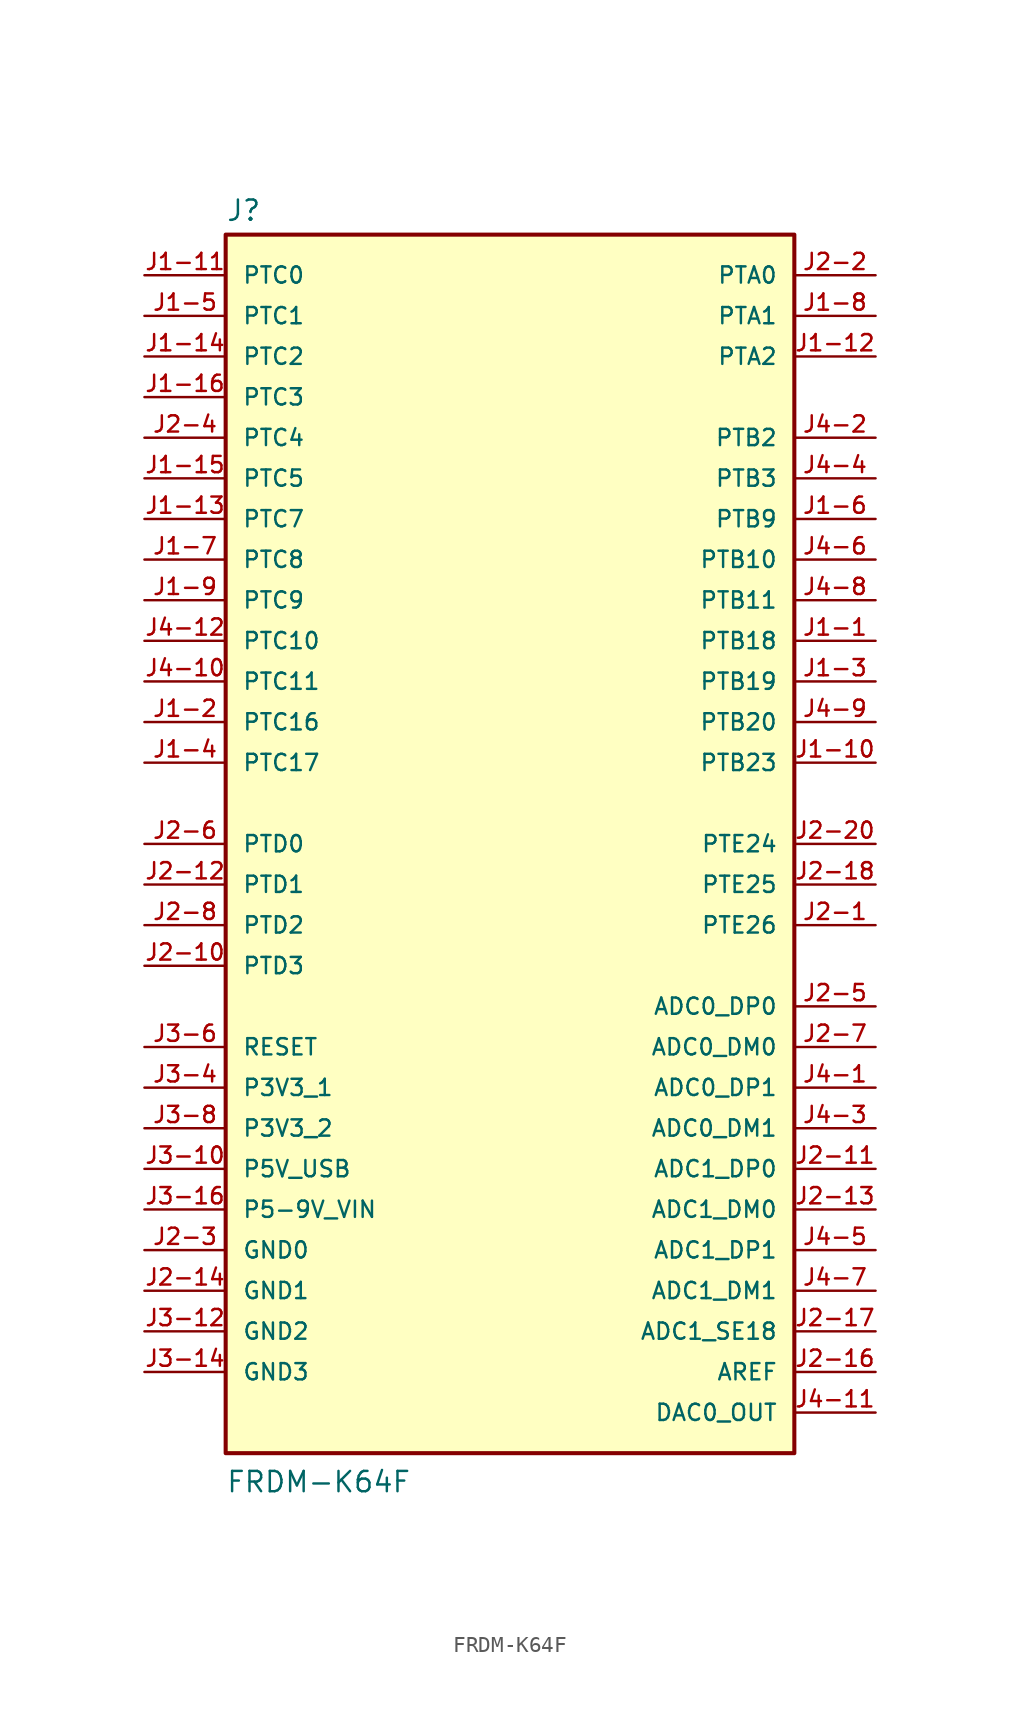
<source format=kicad_sym>
(kicad_symbol_lib
  (version 20241209)
  (generator "kicad_symbol_editor")
  (generator_version "9.0")
  (symbol "FRDM-K64F"
    (pin_names
      (offset 1.016))
    (property "Reference" "J"
      (at -25.4 26.162 0)
      (effects (font (size 1.27 1.27)) (justify left bottom)))
    (property "Value" "FRDM-K64F"
      (at -25.4 -53.34 0)
      (effects (font (size 1.27 1.27)) (justify left bottom)))
    (symbol "FRDM-K64F_0_0"
      (rectangle (start -25.4 -50.8) (end 10.16 25.4) (stroke (width 0.254) (type default)) (fill (type background)))
      (pin bidirectional line (at -30.48 22.86 0) (length 5.08) (name "PTC0" (effects (font (size 1.016 1.016)))) (number "J1-11" (effects (font (size 1.016 1.016)))))
      (pin bidirectional line (at -30.48 20.32 0) (length 5.08) (name "PTC1" (effects (font (size 1.016 1.016)))) (number "J1-5" (effects (font (size 1.016 1.016)))))
      (pin bidirectional line (at -30.48 17.78 0) (length 5.08) (name "PTC2" (effects (font (size 1.016 1.016)))) (number "J1-14" (effects (font (size 1.016 1.016)))))
      (pin bidirectional line (at -30.48 15.24 0) (length 5.08) (name "PTC3" (effects (font (size 1.016 1.016)))) (number "J1-16" (effects (font (size 1.016 1.016)))))
      (pin bidirectional line (at -30.48 12.7 0) (length 5.08) (name "PTC4" (effects (font (size 1.016 1.016)))) (number "J2-4" (effects (font (size 1.016 1.016)))))
      (pin bidirectional line (at -30.48 10.16 0) (length 5.08) (name "PTC5" (effects (font (size 1.016 1.016)))) (number "J1-15" (effects (font (size 1.016 1.016)))))
      (pin bidirectional line (at -30.48 7.62 0) (length 5.08) (name "PTC7" (effects (font (size 1.016 1.016)))) (number "J1-13" (effects (font (size 1.016 1.016)))))
      (pin bidirectional line (at -30.48 5.08 0) (length 5.08) (name "PTC8" (effects (font (size 1.016 1.016)))) (number "J1-7" (effects (font (size 1.016 1.016)))))
      (pin bidirectional line (at -30.48 2.54 0) (length 5.08) (name "PTC9" (effects (font (size 1.016 1.016)))) (number "J1-9" (effects (font (size 1.016 1.016)))))
      (pin bidirectional line (at -30.48 0 0) (length 5.08) (name "PTC10" (effects (font (size 1.016 1.016)))) (number "J4-12" (effects (font (size 1.016 1.016)))))
      (pin bidirectional line (at -30.48 -2.54 0) (length 5.08) (name "PTC11" (effects (font (size 1.016 1.016)))) (number "J4-10" (effects (font (size 1.016 1.016)))))
      (pin bidirectional line (at -30.48 -5.08 0) (length 5.08) (name "PTC16" (effects (font (size 1.016 1.016)))) (number "J1-2" (effects (font (size 1.016 1.016)))))
      (pin bidirectional line (at -30.48 -7.62 0) (length 5.08) (name "PTC17" (effects (font (size 1.016 1.016)))) (number "J1-4" (effects (font (size 1.016 1.016)))))
      (pin bidirectional line (at -30.48 -12.7 0) (length 5.08) (name "PTD0" (effects (font (size 1.016 1.016)))) (number "J2-6" (effects (font (size 1.016 1.016)))))
      (pin bidirectional line (at -30.48 -15.24 0) (length 5.08) (name "PTD1" (effects (font (size 1.016 1.016)))) (number "J2-12" (effects (font (size 1.016 1.016)))))
      (pin bidirectional line (at -30.48 -17.78 0) (length 5.08) (name "PTD2" (effects (font (size 1.016 1.016)))) (number "J2-8" (effects (font (size 1.016 1.016)))))
      (pin bidirectional line (at -30.48 -20.32 0) (length 5.08) (name "PTD3" (effects (font (size 1.016 1.016)))) (number "J2-10" (effects (font (size 1.016 1.016)))))
      (pin bidirectional line (at -30.48 -25.4 0) (length 5.08) (name "RESET" (effects (font (size 1.016 1.016)))) (number "J3-6" (effects (font (size 1.016 1.016)))))
      (pin bidirectional line (at -30.48 -27.94 0) (length 5.08) (name "P3V3_1" (effects (font (size 1.016 1.016)))) (number "J3-4" (effects (font (size 1.016 1.016)))))
      (pin bidirectional line (at -30.48 -30.48 0) (length 5.08) (name "P3V3_2" (effects (font (size 1.016 1.016)))) (number "J3-8" (effects (font (size 1.016 1.016)))))
      (pin bidirectional line (at -30.48 -33.02 0) (length 5.08) (name "P5V_USB" (effects (font (size 1.016 1.016)))) (number "J3-10" (effects (font (size 1.016 1.016)))))
      (pin bidirectional line (at -30.48 -35.56 0) (length 5.08) (name "P5-9V_VIN" (effects (font (size 1.016 1.016)))) (number "J3-16" (effects (font (size 1.016 1.016)))))
      (pin bidirectional line (at -30.48 -38.1 0) (length 5.08) (name "GND0" (effects (font (size 1.016 1.016)))) (number "J2-3" (effects (font (size 1.016 1.016)))))
      (pin bidirectional line (at -30.48 -40.64 0) (length 5.08) (name "GND1" (effects (font (size 1.016 1.016)))) (number "J2-14" (effects (font (size 1.016 1.016)))))
      (pin bidirectional line (at -30.48 -43.18 0) (length 5.08) (name "GND2" (effects (font (size 1.016 1.016)))) (number "J3-12" (effects (font (size 1.016 1.016)))))
      (pin bidirectional line (at -30.48 -45.72 0) (length 5.08) (name "GND3" (effects (font (size 1.016 1.016)))) (number "J3-14" (effects (font (size 1.016 1.016)))))
      (pin bidirectional line (at 15.24 22.86 180) (length 5.08) (name "PTA0" (effects (font (size 1.016 1.016)))) (number "J2-2" (effects (font (size 1.016 1.016)))))
      (pin bidirectional line (at 15.24 20.32 180) (length 5.08) (name "PTA1" (effects (font (size 1.016 1.016)))) (number "J1-8" (effects (font (size 1.016 1.016)))))
      (pin bidirectional line (at 15.24 17.78 180) (length 5.08) (name "PTA2" (effects (font (size 1.016 1.016)))) (number "J1-12" (effects (font (size 1.016 1.016)))))
      (pin bidirectional line (at 15.24 12.7 180) (length 5.08) (name "PTB2" (effects (font (size 1.016 1.016)))) (number "J4-2" (effects (font (size 1.016 1.016)))))
      (pin bidirectional line (at 15.24 10.16 180) (length 5.08) (name "PTB3" (effects (font (size 1.016 1.016)))) (number "J4-4" (effects (font (size 1.016 1.016)))))
      (pin bidirectional line (at 15.24 7.62 180) (length 5.08) (name "PTB9" (effects (font (size 1.016 1.016)))) (number "J1-6" (effects (font (size 1.016 1.016)))))
      (pin bidirectional line (at 15.24 5.08 180) (length 5.08) (name "PTB10" (effects (font (size 1.016 1.016)))) (number "J4-6" (effects (font (size 1.016 1.016)))))
      (pin bidirectional line (at 15.24 2.54 180) (length 5.08) (name "PTB11" (effects (font (size 1.016 1.016)))) (number "J4-8" (effects (font (size 1.016 1.016)))))
      (pin bidirectional line (at 15.24 0 180) (length 5.08) (name "PTB18" (effects (font (size 1.016 1.016)))) (number "J1-1" (effects (font (size 1.016 1.016)))))
      (pin bidirectional line (at 15.24 -2.54 180) (length 5.08) (name "PTB19" (effects (font (size 1.016 1.016)))) (number "J1-3" (effects (font (size 1.016 1.016)))))
      (pin bidirectional line (at 15.24 -5.08 180) (length 5.08) (name "PTB20" (effects (font (size 1.016 1.016)))) (number "J4-9" (effects (font (size 1.016 1.016)))))
      (pin bidirectional line (at 15.24 -7.62 180) (length 5.08) (name "PTB23" (effects (font (size 1.016 1.016)))) (number "J1-10" (effects (font (size 1.016 1.016)))))
      (pin bidirectional line (at 15.24 -12.7 180) (length 5.08) (name "PTE24" (effects (font (size 1.016 1.016)))) (number "J2-20" (effects (font (size 1.016 1.016)))))
      (pin bidirectional line (at 15.24 -15.24 180) (length 5.08) (name "PTE25" (effects (font (size 1.016 1.016)))) (number "J2-18" (effects (font (size 1.016 1.016)))))
      (pin bidirectional line (at 15.24 -17.78 180) (length 5.08) (name "PTE26" (effects (font (size 1.016 1.016)))) (number "J2-1" (effects (font (size 1.016 1.016)))))
      (pin bidirectional line (at 15.24 -22.86 180) (length 5.08) (name "ADC0_DP0" (effects (font (size 1.016 1.016)))) (number "J2-5" (effects (font (size 1.016 1.016)))))
      (pin bidirectional line (at 15.24 -25.4 180) (length 5.08) (name "ADC0_DM0" (effects (font (size 1.016 1.016)))) (number "J2-7" (effects (font (size 1.016 1.016)))))
      (pin bidirectional line (at 15.24 -27.94 180) (length 5.08) (name "ADC0_DP1" (effects (font (size 1.016 1.016)))) (number "J4-1" (effects (font (size 1.016 1.016)))))
      (pin bidirectional line (at 15.24 -30.48 180) (length 5.08) (name "ADC0_DM1" (effects (font (size 1.016 1.016)))) (number "J4-3" (effects (font (size 1.016 1.016)))))
      (pin bidirectional line (at 15.24 -33.02 180) (length 5.08) (name "ADC1_DP0" (effects (font (size 1.016 1.016)))) (number "J2-11" (effects (font (size 1.016 1.016)))))
      (pin bidirectional line (at 15.24 -35.56 180) (length 5.08) (name "ADC1_DM0" (effects (font (size 1.016 1.016)))) (number "J2-13" (effects (font (size 1.016 1.016)))))
      (pin bidirectional line (at 15.24 -38.1 180) (length 5.08) (name "ADC1_DP1" (effects (font (size 1.016 1.016)))) (number "J4-5" (effects (font (size 1.016 1.016)))))
      (pin bidirectional line (at 15.24 -40.64 180) (length 5.08) (name "ADC1_DM1" (effects (font (size 1.016 1.016)))) (number "J4-7" (effects (font (size 1.016 1.016)))))
      (pin bidirectional line (at 15.24 -43.18 180) (length 5.08) (name "ADC1_SE18" (effects (font (size 1.016 1.016)))) (number "J2-17" (effects (font (size 1.016 1.016)))))
      (pin bidirectional line (at 15.24 -45.72 180) (length 5.08) (name "AREF" (effects (font (size 1.016 1.016)))) (number "J2-16" (effects (font (size 1.016 1.016)))))
      (pin bidirectional line (at 15.24 -48.26 180) (length 5.08) (name "DAC0_OUT" (effects (font (size 1.016 1.016)))) (number "J4-11" (effects (font (size 1.016 1.016))))))))
</source>
